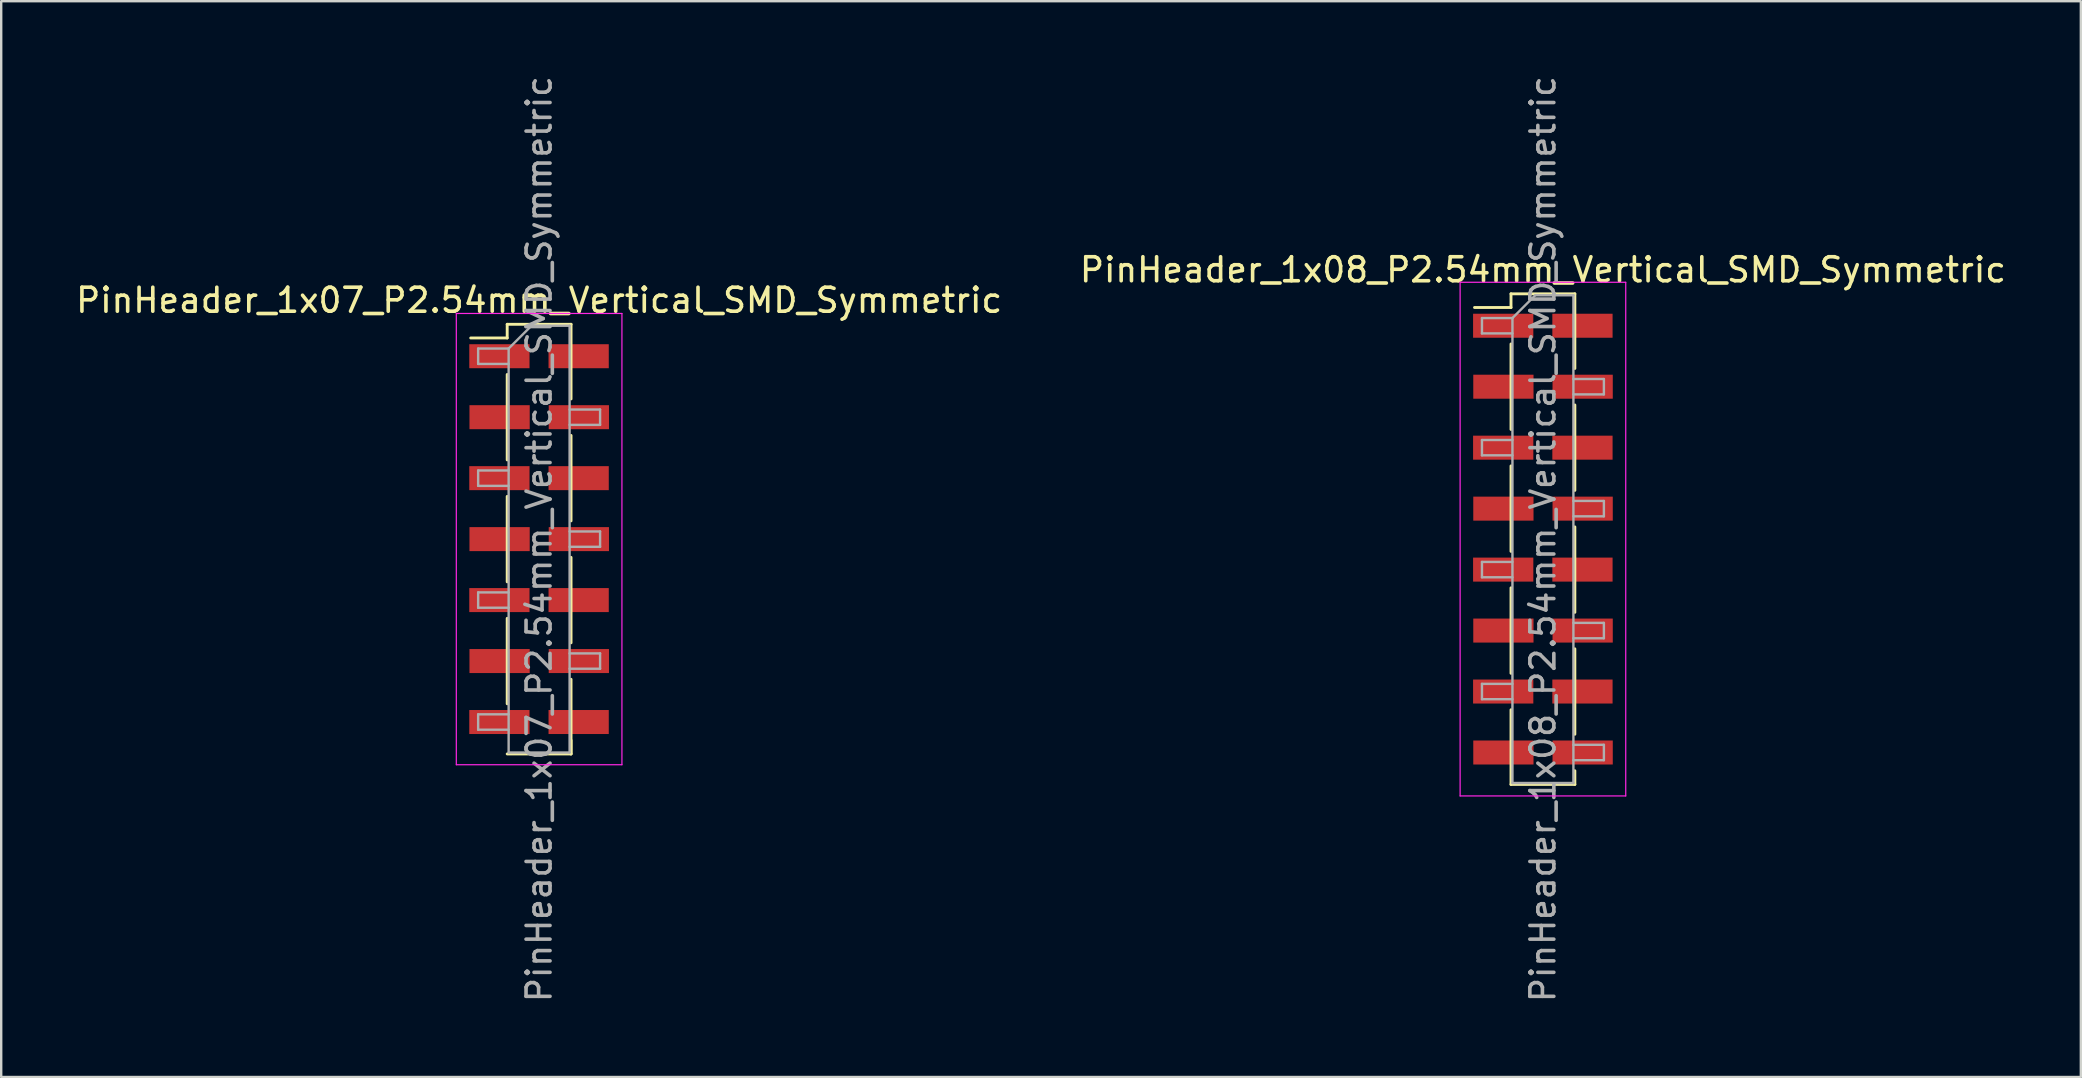
<source format=kicad_pcb>
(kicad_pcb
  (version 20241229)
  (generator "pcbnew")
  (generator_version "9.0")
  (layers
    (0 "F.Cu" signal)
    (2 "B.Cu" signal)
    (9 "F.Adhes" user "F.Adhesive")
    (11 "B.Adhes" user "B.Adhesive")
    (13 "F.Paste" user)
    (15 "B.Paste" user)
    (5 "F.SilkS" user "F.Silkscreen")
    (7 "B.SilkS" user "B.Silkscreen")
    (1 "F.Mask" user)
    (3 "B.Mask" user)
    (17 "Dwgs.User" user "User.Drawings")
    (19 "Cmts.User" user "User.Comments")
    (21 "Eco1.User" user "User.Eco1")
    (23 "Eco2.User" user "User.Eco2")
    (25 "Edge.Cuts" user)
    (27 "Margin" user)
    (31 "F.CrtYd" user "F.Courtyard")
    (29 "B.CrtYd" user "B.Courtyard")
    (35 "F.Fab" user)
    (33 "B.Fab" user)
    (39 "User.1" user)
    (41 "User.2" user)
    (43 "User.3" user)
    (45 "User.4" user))
  (footprint "PinHeader_1x07_P2.54mm_Vertical_SMD_Symmetric"
    (layer "F.Cu")
    (at 19.411 19.411)
    (property "Reference" "PinHeader_1x07_P2.54mm_Vertical_SMD_Symmetric" (at 0 -9.95 0) (layer "F.SilkS") (effects (font (size 1 1) (thickness 0.15))))
    (attr smd)
    (fp_line (start -1.33 -8.95) (end -1.33 -8.38) (stroke (width 0.12) (type solid)) (layer "F.SilkS"))
    (fp_line (start -1.33 -8.95) (end 1.33 -8.95) (stroke (width 0.12) (type solid)) (layer "F.SilkS"))
    (fp_line (start -1.33 -8.38) (end -2.85 -8.38) (stroke (width 0.12) (type solid)) (layer "F.SilkS"))
    (fp_line (start -1.33 -6.86) (end -1.33 -3.3) (stroke (width 0.12) (type solid)) (layer "F.SilkS"))
    (fp_line (start -1.33 -1.78) (end -1.33 1.78) (stroke (width 0.12) (type solid)) (layer "F.SilkS"))
    (fp_line (start -1.33 3.3) (end -1.33 6.86) (stroke (width 0.12) (type solid)) (layer "F.SilkS"))
    (fp_line (start -1.33 8.95) (end 1.33 8.95) (stroke (width 0.12) (type solid)) (layer "F.SilkS"))
    (fp_line (start 1.33 -8.95) (end 1.33 -5.84) (stroke (width 0.12) (type solid)) (layer "F.SilkS"))
    (fp_line (start 1.33 -4.32) (end 1.33 -0.76) (stroke (width 0.12) (type solid)) (layer "F.SilkS"))
    (fp_line (start 1.33 0.76) (end 1.33 4.32) (stroke (width 0.12) (type solid)) (layer "F.SilkS"))
    (fp_line (start 1.33 5.84) (end 1.33 8.95) (stroke (width 0.12) (type solid)) (layer "F.SilkS"))
    (fp_line (start 1.33 8.38) (end 1.33 8.95) (stroke (width 0.12) (type solid)) (layer "F.SilkS"))
    (fp_line (start -3.45 -9.4) (end -3.45 9.4) (stroke (width 0.05) (type solid)) (layer "F.CrtYd"))
    (fp_line (start -3.45 9.4) (end 3.45 9.4) (stroke (width 0.05) (type solid)) (layer "F.CrtYd"))
    (fp_line (start 3.45 -9.4) (end -3.45 -9.4) (stroke (width 0.05) (type solid)) (layer "F.CrtYd"))
    (fp_line (start 3.45 9.4) (end 3.45 -9.4) (stroke (width 0.05) (type solid)) (layer "F.CrtYd"))
    (fp_line (start -2.54 -7.94) (end -2.54 -7.3) (stroke (width 0.1) (type solid)) (layer "F.Fab"))
    (fp_line (start -2.54 -7.3) (end -1.27 -7.3) (stroke (width 0.1) (type solid)) (layer "F.Fab"))
    (fp_line (start -2.54 -2.86) (end -2.54 -2.22) (stroke (width 0.1) (type solid)) (layer "F.Fab"))
    (fp_line (start -2.54 -2.22) (end -1.27 -2.22) (stroke (width 0.1) (type solid)) (layer "F.Fab"))
    (fp_line (start -2.54 2.22) (end -2.54 2.86) (stroke (width 0.1) (type solid)) (layer "F.Fab"))
    (fp_line (start -2.54 2.86) (end -1.27 2.86) (stroke (width 0.1) (type solid)) (layer "F.Fab"))
    (fp_line (start -2.54 7.3) (end -2.54 7.94) (stroke (width 0.1) (type solid)) (layer "F.Fab"))
    (fp_line (start -2.54 7.94) (end -1.27 7.94) (stroke (width 0.1) (type solid)) (layer "F.Fab"))
    (fp_line (start -1.27 -7.94) (end -2.54 -7.94) (stroke (width 0.1) (type solid)) (layer "F.Fab"))
    (fp_line (start -1.27 -7.94) (end -0.32 -8.89) (stroke (width 0.1) (type solid)) (layer "F.Fab"))
    (fp_line (start -1.27 -2.86) (end -2.54 -2.86) (stroke (width 0.1) (type solid)) (layer "F.Fab"))
    (fp_line (start -1.27 2.22) (end -2.54 2.22) (stroke (width 0.1) (type solid)) (layer "F.Fab"))
    (fp_line (start -1.27 7.3) (end -2.54 7.3) (stroke (width 0.1) (type solid)) (layer "F.Fab"))
    (fp_line (start -1.27 8.89) (end -1.27 -7.94) (stroke (width 0.1) (type solid)) (layer "F.Fab"))
    (fp_line (start -0.32 -8.89) (end 1.27 -8.89) (stroke (width 0.1) (type solid)) (layer "F.Fab"))
    (fp_line (start 1.27 -8.89) (end 1.27 8.89) (stroke (width 0.1) (type solid)) (layer "F.Fab"))
    (fp_line (start 1.27 -5.4) (end 2.54 -5.4) (stroke (width 0.1) (type solid)) (layer "F.Fab"))
    (fp_line (start 1.27 -0.32) (end 2.54 -0.32) (stroke (width 0.1) (type solid)) (layer "F.Fab"))
    (fp_line (start 1.27 4.76) (end 2.54 4.76) (stroke (width 0.1) (type solid)) (layer "F.Fab"))
    (fp_line (start 1.27 8.89) (end -1.27 8.89) (stroke (width 0.1) (type solid)) (layer "F.Fab"))
    (fp_line (start 2.54 -5.4) (end 2.54 -4.76) (stroke (width 0.1) (type solid)) (layer "F.Fab"))
    (fp_line (start 2.54 -4.76) (end 1.27 -4.76) (stroke (width 0.1) (type solid)) (layer "F.Fab"))
    (fp_line (start 2.54 -0.32) (end 2.54 0.32) (stroke (width 0.1) (type solid)) (layer "F.Fab"))
    (fp_line (start 2.54 0.32) (end 1.27 0.32) (stroke (width 0.1) (type solid)) (layer "F.Fab"))
    (fp_line (start 2.54 4.76) (end 2.54 5.4) (stroke (width 0.1) (type solid)) (layer "F.Fab"))
    (fp_line (start 2.54 5.4) (end 1.27 5.4) (stroke (width 0.1) (type solid)) (layer "F.Fab"))
    (fp_text user "${REFERENCE}" (at 0 0 90) (layer "F.Fab") (effects (font (size 1 1) (thickness 0.15))))
    (pad "1" smd rect (at -1.655 -7.62) (size 2.51 1) (layers "F.Cu" "F.Mask" "F.Paste"))
    (pad "1" smd rect (at 1.647 -7.62) (size 2.51 1) (layers "F.Cu" "F.Mask" "F.Paste"))
    (pad "2" smd rect (at -1.647 -5.08) (size 2.51 1) (layers "F.Cu" "F.Mask" "F.Paste"))
    (pad "2" smd rect (at 1.655 -5.08) (size 2.51 1) (layers "F.Cu" "F.Mask" "F.Paste"))
    (pad "3" smd rect (at -1.655 -2.54) (size 2.51 1) (layers "F.Cu" "F.Mask" "F.Paste"))
    (pad "3" smd rect (at 1.647 -2.54) (size 2.51 1) (layers "F.Cu" "F.Mask" "F.Paste"))
    (pad "4" smd rect (at -1.647 0) (size 2.51 1) (layers "F.Cu" "F.Mask" "F.Paste"))
    (pad "4" smd rect (at 1.655 0) (size 2.51 1) (layers "F.Cu" "F.Mask" "F.Paste"))
    (pad "5" smd rect (at -1.655 2.54) (size 2.51 1) (layers "F.Cu" "F.Mask" "F.Paste"))
    (pad "5" smd rect (at 1.647 2.54) (size 2.51 1) (layers "F.Cu" "F.Mask" "F.Paste"))
    (pad "6" smd rect (at -1.647 5.08) (size 2.51 1) (layers "F.Cu" "F.Mask" "F.Paste"))
    (pad "6" smd rect (at 1.655 5.08) (size 2.51 1) (layers "F.Cu" "F.Mask" "F.Paste"))
    (pad "7" smd rect (at -1.655 7.62) (size 2.51 1) (layers "F.Cu" "F.Mask" "F.Paste"))
    (pad "7" smd rect (at 1.647 7.62) (size 2.51 1) (layers "F.Cu" "F.Mask" "F.Paste")))
  (footprint "PinHeader_1x08_P2.54mm_Vertical_SMD_Symmetric"
    (layer "F.Cu")
    (at 61.232 19.411)
    (property "Reference" "PinHeader_1x08_P2.54mm_Vertical_SMD_Symmetric" (at 0 -11.22 0) (layer "F.SilkS") (effects (font (size 1 1) (thickness 0.15))))
    (attr smd)
    (fp_line (start -1.33 -10.22) (end -1.33 -9.65) (stroke (width 0.12) (type solid)) (layer "F.SilkS"))
    (fp_line (start -1.33 -10.22) (end 1.33 -10.22) (stroke (width 0.12) (type solid)) (layer "F.SilkS"))
    (fp_line (start -1.33 -9.65) (end -2.85 -9.65) (stroke (width 0.12) (type solid)) (layer "F.SilkS"))
    (fp_line (start -1.33 -8.13) (end -1.33 -4.57) (stroke (width 0.12) (type solid)) (layer "F.SilkS"))
    (fp_line (start -1.33 -3.05) (end -1.33 0.51) (stroke (width 0.12) (type solid)) (layer "F.SilkS"))
    (fp_line (start -1.33 2.03) (end -1.33 5.59) (stroke (width 0.12) (type solid)) (layer "F.SilkS"))
    (fp_line (start -1.33 7.11) (end -1.33 10.22) (stroke (width 0.12) (type solid)) (layer "F.SilkS"))
    (fp_line (start -1.33 10.22) (end 1.33 10.22) (stroke (width 0.12) (type solid)) (layer "F.SilkS"))
    (fp_line (start 1.33 -10.22) (end 1.33 -7.11) (stroke (width 0.12) (type solid)) (layer "F.SilkS"))
    (fp_line (start 1.33 -5.59) (end 1.33 -2.03) (stroke (width 0.12) (type solid)) (layer "F.SilkS"))
    (fp_line (start 1.33 -0.51) (end 1.33 3.05) (stroke (width 0.12) (type solid)) (layer "F.SilkS"))
    (fp_line (start 1.33 4.57) (end 1.33 8.13) (stroke (width 0.12) (type solid)) (layer "F.SilkS"))
    (fp_line (start 1.33 9.65) (end 1.33 10.22) (stroke (width 0.12) (type solid)) (layer "F.SilkS"))
    (fp_line (start -3.45 -10.7) (end -3.45 10.7) (stroke (width 0.05) (type solid)) (layer "F.CrtYd"))
    (fp_line (start -3.45 10.7) (end 3.45 10.7) (stroke (width 0.05) (type solid)) (layer "F.CrtYd"))
    (fp_line (start 3.45 -10.7) (end -3.45 -10.7) (stroke (width 0.05) (type solid)) (layer "F.CrtYd"))
    (fp_line (start 3.45 10.7) (end 3.45 -10.7) (stroke (width 0.05) (type solid)) (layer "F.CrtYd"))
    (fp_line (start -2.54 -9.21) (end -2.54 -8.57) (stroke (width 0.1) (type solid)) (layer "F.Fab"))
    (fp_line (start -2.54 -8.57) (end -1.27 -8.57) (stroke (width 0.1) (type solid)) (layer "F.Fab"))
    (fp_line (start -2.54 -4.13) (end -2.54 -3.49) (stroke (width 0.1) (type solid)) (layer "F.Fab"))
    (fp_line (start -2.54 -3.49) (end -1.27 -3.49) (stroke (width 0.1) (type solid)) (layer "F.Fab"))
    (fp_line (start -2.54 0.95) (end -2.54 1.59) (stroke (width 0.1) (type solid)) (layer "F.Fab"))
    (fp_line (start -2.54 1.59) (end -1.27 1.59) (stroke (width 0.1) (type solid)) (layer "F.Fab"))
    (fp_line (start -2.54 6.03) (end -2.54 6.67) (stroke (width 0.1) (type solid)) (layer "F.Fab"))
    (fp_line (start -2.54 6.67) (end -1.27 6.67) (stroke (width 0.1) (type solid)) (layer "F.Fab"))
    (fp_line (start -1.27 -9.21) (end -2.54 -9.21) (stroke (width 0.1) (type solid)) (layer "F.Fab"))
    (fp_line (start -1.27 -9.21) (end -0.32 -10.16) (stroke (width 0.1) (type solid)) (layer "F.Fab"))
    (fp_line (start -1.27 -4.13) (end -2.54 -4.13) (stroke (width 0.1) (type solid)) (layer "F.Fab"))
    (fp_line (start -1.27 0.95) (end -2.54 0.95) (stroke (width 0.1) (type solid)) (layer "F.Fab"))
    (fp_line (start -1.27 6.03) (end -2.54 6.03) (stroke (width 0.1) (type solid)) (layer "F.Fab"))
    (fp_line (start -1.27 10.16) (end -1.27 -9.21) (stroke (width 0.1) (type solid)) (layer "F.Fab"))
    (fp_line (start -0.32 -10.16) (end 1.27 -10.16) (stroke (width 0.1) (type solid)) (layer "F.Fab"))
    (fp_line (start 1.27 -10.16) (end 1.27 10.16) (stroke (width 0.1) (type solid)) (layer "F.Fab"))
    (fp_line (start 1.27 -6.67) (end 2.54 -6.67) (stroke (width 0.1) (type solid)) (layer "F.Fab"))
    (fp_line (start 1.27 -1.59) (end 2.54 -1.59) (stroke (width 0.1) (type solid)) (layer "F.Fab"))
    (fp_line (start 1.27 3.49) (end 2.54 3.49) (stroke (width 0.1) (type solid)) (layer "F.Fab"))
    (fp_line (start 1.27 8.57) (end 2.54 8.57) (stroke (width 0.1) (type solid)) (layer "F.Fab"))
    (fp_line (start 1.27 10.16) (end -1.27 10.16) (stroke (width 0.1) (type solid)) (layer "F.Fab"))
    (fp_line (start 2.54 -6.67) (end 2.54 -6.03) (stroke (width 0.1) (type solid)) (layer "F.Fab"))
    (fp_line (start 2.54 -6.03) (end 1.27 -6.03) (stroke (width 0.1) (type solid)) (layer "F.Fab"))
    (fp_line (start 2.54 -1.59) (end 2.54 -0.95) (stroke (width 0.1) (type solid)) (layer "F.Fab"))
    (fp_line (start 2.54 -0.95) (end 1.27 -0.95) (stroke (width 0.1) (type solid)) (layer "F.Fab"))
    (fp_line (start 2.54 3.49) (end 2.54 4.13) (stroke (width 0.1) (type solid)) (layer "F.Fab"))
    (fp_line (start 2.54 4.13) (end 1.27 4.13) (stroke (width 0.1) (type solid)) (layer "F.Fab"))
    (fp_line (start 2.54 8.57) (end 2.54 9.21) (stroke (width 0.1) (type solid)) (layer "F.Fab"))
    (fp_line (start 2.54 9.21) (end 1.27 9.21) (stroke (width 0.1) (type solid)) (layer "F.Fab"))
    (fp_text user "${REFERENCE}" (at 0 0 90) (layer "F.Fab") (effects (font (size 1 1) (thickness 0.15))))
    (pad "1" smd rect (at -1.655 -8.89) (size 2.51 1) (layers "F.Cu" "F.Mask" "F.Paste"))
    (pad "1" smd rect (at 1.647 -8.89) (size 2.51 1) (layers "F.Cu" "F.Mask" "F.Paste"))
    (pad "2" smd rect (at -1.647 -6.35) (size 2.51 1) (layers "F.Cu" "F.Mask" "F.Paste"))
    (pad "2" smd rect (at 1.655 -6.35) (size 2.51 1) (layers "F.Cu" "F.Mask" "F.Paste"))
    (pad "3" smd rect (at -1.655 -3.81) (size 2.51 1) (layers "F.Cu" "F.Mask" "F.Paste"))
    (pad "3" smd rect (at 1.647 -3.81) (size 2.51 1) (layers "F.Cu" "F.Mask" "F.Paste"))
    (pad "4" smd rect (at -1.647 -1.27) (size 2.51 1) (layers "F.Cu" "F.Mask" "F.Paste"))
    (pad "4" smd rect (at 1.655 -1.27) (size 2.51 1) (layers "F.Cu" "F.Mask" "F.Paste"))
    (pad "5" smd rect (at -1.655 1.27) (size 2.51 1) (layers "F.Cu" "F.Mask" "F.Paste"))
    (pad "5" smd rect (at 1.647 1.27) (size 2.51 1) (layers "F.Cu" "F.Mask" "F.Paste"))
    (pad "6" smd rect (at -1.647 3.81) (size 2.51 1) (layers "F.Cu" "F.Mask" "F.Paste"))
    (pad "6" smd rect (at 1.655 3.81) (size 2.51 1) (layers "F.Cu" "F.Mask" "F.Paste"))
    (pad "7" smd rect (at -1.655 6.35) (size 2.51 1) (layers "F.Cu" "F.Mask" "F.Paste"))
    (pad "7" smd rect (at 1.647 6.35) (size 2.51 1) (layers "F.Cu" "F.Mask" "F.Paste"))
    (pad "8" smd rect (at -1.647 8.89) (size 2.51 1) (layers "F.Cu" "F.Mask" "F.Paste"))
    (pad "8" smd rect (at 1.655 8.89) (size 2.51 1) (layers "F.Cu" "F.Mask" "F.Paste")))
  (gr_rect
    (start -3 -3)
    (end 83.643 41.821)
    (stroke (width 0.1) (type default))
    (fill no)
    (layer "Edge.Cuts")))
</source>
